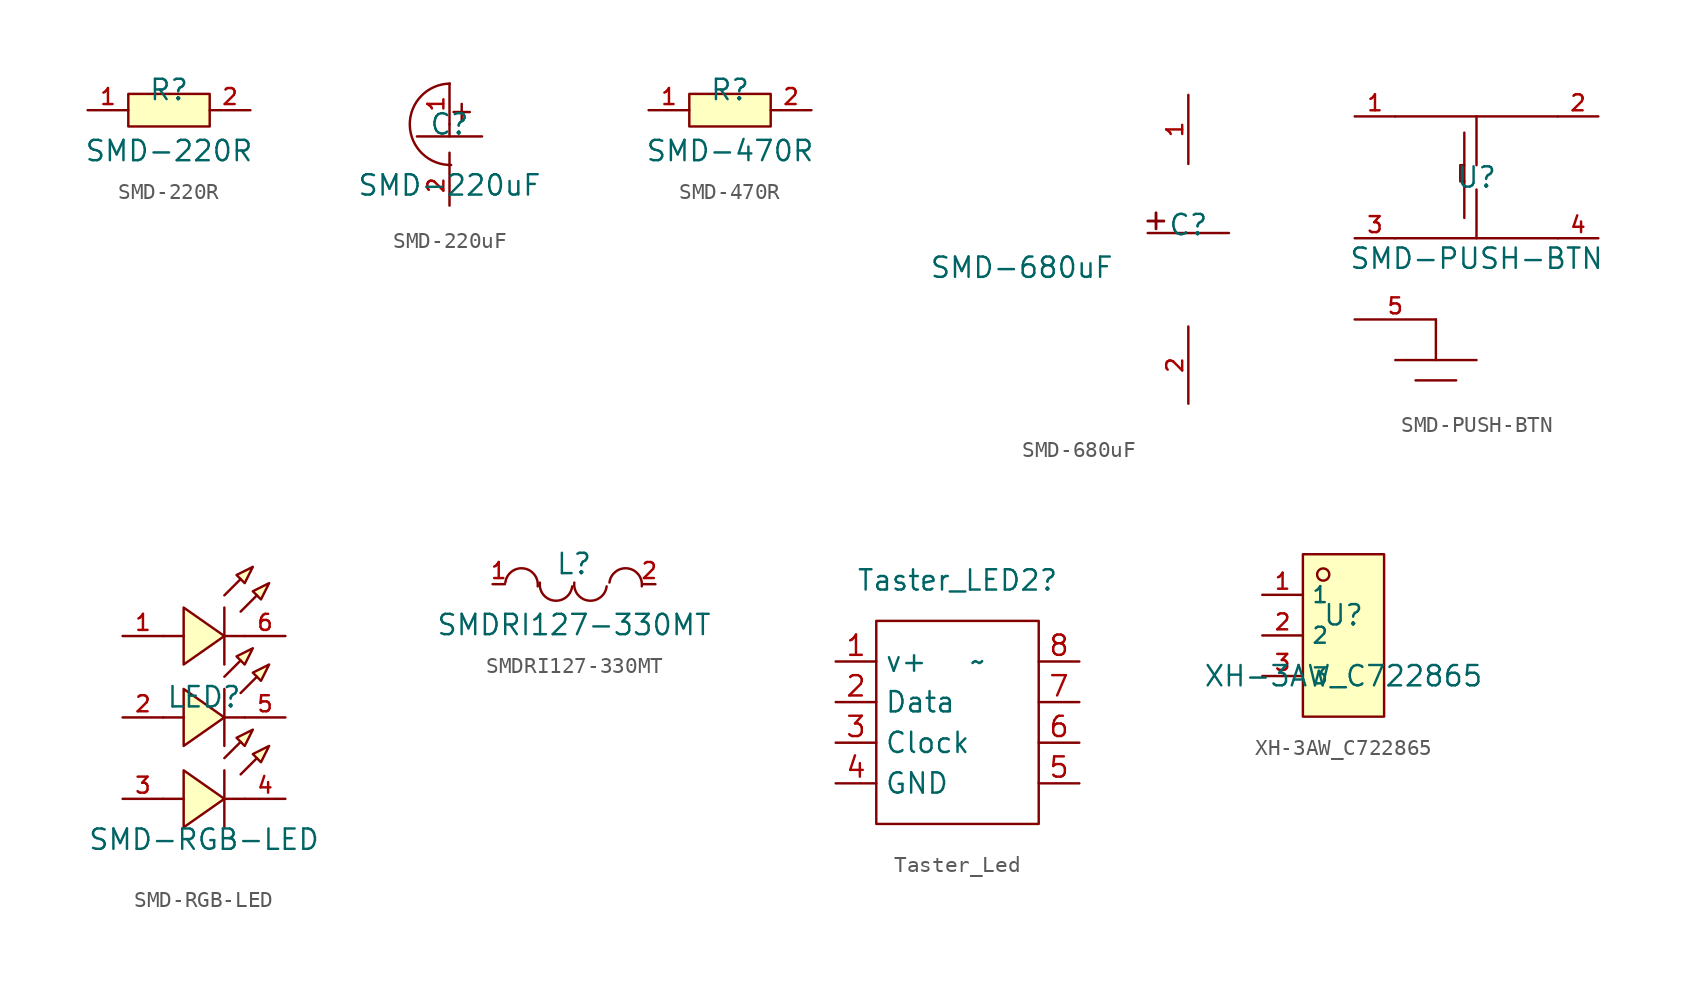
<source format=kicad_sym>
(kicad_symbol_lib
  (version 20231120)
  (generator "kicad_symbol_editor")
  (generator_version "8.0")
  (symbol "SMD-220R"
    (pin_names hide)
    (property "Reference" "R"
      (at 0 1.27 0)
      (effects (font (size 1.27 1.27))))
    (property "Value" "SMD-220R"
      (at 0 -2.54 0)
      (effects (font (size 1.27 1.27))))
    (symbol "SMD-220R_0_1"
      (rectangle (start -2.54 1.016) (end 2.54 -1.016) (stroke (width 0) (type default)) (fill (type background)))
      (pin unspecified line (at -5.08 0 0) (length 2.54) (name "1" (effects (font (size 1 1)))) (number "1" (effects (font (size 1 1)))))
      (pin unspecified line (at 5.08 0 180) (length 2.54) (name "2" (effects (font (size 1 1)))) (number "2" (effects (font (size 1 1)))))))
  (symbol "SMD-220uF"
    (pin_names hide)
    (property "Reference" "C"
      (at 0 1.27 0)
      (effects (font (size 1.27 1.27))))
    (property "Value" "SMD-220uF"
      (at 0 -2.54 0)
      (effects (font (size 1.27 1.27))))
    (symbol "SMD-220uF_0_1"
      (polyline (pts (xy 0 -0.508) (xy 0 -1.27)) (stroke (width 0) (type default)) (fill (type none)))
      (polyline (pts (xy 0 1.27) (xy 0 0.508)) (stroke (width 0) (type default)) (fill (type none)))
      (polyline (pts (xy 0.762 2.54) (xy 0.762 1.524)) (stroke (width 0) (type default)) (fill (type none)))
      (polyline (pts (xy 1.27 2.032) (xy 0.254 2.032)) (stroke (width 0) (type default)) (fill (type none)))
      (polyline (pts (xy 2.032 0.508) (xy -2.032 0.508)) (stroke (width 0) (type default)) (fill (type none)))
      (arc (start 0.0208 3.8059) (mid -2.4787 1.226) (end 0.1011 -1.2735) (stroke (width 0) (type default)) (fill (type none)))
      (pin input line (at 0 3.81 270) (length 2.54) (name "1" (effects (font (size 1 1)))) (number "1" (effects (font (size 1 1)))))
      (pin input line (at 0 -3.81 90) (length 2.54) (name "2" (effects (font (size 1 1)))) (number "2" (effects (font (size 1 1)))))))
  (symbol "SMD-470R"
    (pin_names hide)
    (property "Reference" "R"
      (at 0 1.27 0)
      (effects (font (size 1.27 1.27))))
    (property "Value" "SMD-470R"
      (at 0 -2.54 0)
      (effects (font (size 1.27 1.27))))
    (symbol "SMD-470R_0_1"
      (rectangle (start -2.54 1.016) (end 2.54 -1.016) (stroke (width 0) (type default)) (fill (type background))))
    (symbol "SMD-470R_1_1"
      (pin unspecified line (at -5.08 0 0) (length 2.54) (name "1" (effects (font (size 1 1)))) (number "1" (effects (font (size 1 1)))))
      (pin unspecified line (at 5.08 0 180) (length 2.54) (name "2" (effects (font (size 1 1)))) (number "2" (effects (font (size 1 1)))))))
  (symbol "SMD-680uF"
    (pin_names hide)
    (property "Reference" "C"
      (at 0 1.27 0)
      (effects (font (size 1.27 1.27))))
    (property "Value" "SMD-680uF"
      (at -10.414 -1.397 0)
      (effects (font (size 1.27 1.27))))
    (symbol "SMD-680uF_0_1"
      (rectangle (start -2.54 1.524) (end -1.524 1.499) (stroke (width 0) (type default)) (fill (type background)))
      (rectangle (start -2.032 2.032) (end -2.007 1.016) (stroke (width 0) (type default)) (fill (type background)))
      (polyline (pts (xy -2.54 0.762) (xy 2.54 0.762)) (stroke (width 0) (type default)) (fill (type none)))
      (pin unspecified line (at 0 5.08 90) (length 4.318) (name "1" (effects (font (size 1 1)))) (number "1" (effects (font (size 1 1)))))
      (pin unspecified line (at 0 -5.08 270) (length 4.826) (name "2" (effects (font (size 1 1)))) (number "2" (effects (font (size 1 1)))))))
  (symbol "SMD-PUSH-BTN"
    (pin_names hide)
    (property "Reference" "U"
      (at 0 1.27 0)
      (effects (font (size 1.27 1.27))))
    (property "Value" "SMD-PUSH-BTN"
      (at 0 -3.81 0)
      (effects (font (size 1.27 1.27))))
    (symbol "SMD-PUSH-BTN_0_1"
      (polyline (pts (xy -5.08 -2.54) (xy 5.08 -2.54)) (stroke (width 0) (type default)) (fill (type none)))
      (polyline (pts (xy -5.08 5.08) (xy 5.08 5.08)) (stroke (width 0) (type default)) (fill (type none)))
      (polyline (pts (xy -2.54 -7.62) (xy -2.54 -10.16)) (stroke (width 0) (type default)) (fill (type none)))
      (polyline (pts (xy -1.27 -11.43) (xy -3.81 -11.43)) (stroke (width 0) (type default)) (fill (type none)))
      (polyline (pts (xy -0.762 -1.27) (xy -0.762 4.064)) (stroke (width 0) (type default)) (fill (type none)))
      (polyline (pts (xy 0 -10.16) (xy -5.08 -10.16)) (stroke (width 0) (type default)) (fill (type none)))
      (polyline (pts (xy 0 -2.54) (xy 0 0.508)) (stroke (width 0) (type default)) (fill (type none)))
      (polyline (pts (xy 0 2.032) (xy 0 5.08)) (stroke (width 0) (type default)) (fill (type none)))
      (polyline (pts (xy -0.762 1.016) (xy -1.016 1.016) (xy -1.016 2.032) (xy -0.762 2.032)) (stroke (width 0) (type default)) (fill (type none)))
      (pin unspecified line (at -7.62 5.08 0) (length 2.54) (name "1" (effects (font (size 1 1)))) (number "1" (effects (font (size 1 1)))))
      (pin unspecified line (at 7.62 5.08 180) (length 2.54) (name "2" (effects (font (size 1 1)))) (number "2" (effects (font (size 1 1)))))
      (pin unspecified line (at -7.62 -2.54 0) (length 2.54) (name "3" (effects (font (size 1 1)))) (number "3" (effects (font (size 1 1)))))
      (pin unspecified line (at 7.62 -2.54 180) (length 2.54) (name "4" (effects (font (size 1 1)))) (number "4" (effects (font (size 1 1)))))
      (pin unspecified line (at -7.62 -7.62 0) (length 5.08) (name "5" (effects (font (size 1 1)))) (number "5" (effects (font (size 1 1)))))))
  (symbol "SMD-RGB-LED"
    (pin_names hide)
    (property "Reference" "LED"
      (at 0 1.27 0)
      (effects (font (size 1.27 1.27))))
    (property "Value" "SMD-RGB-LED"
      (at 0 -7.62 0)
      (effects (font (size 1.27 1.27))))
    (symbol "SMD-RGB-LED_0_1"
      (polyline (pts (xy -2.54 -5.08) (xy -1.27 -5.08)) (stroke (width 0) (type default)) (fill (type none)))
      (polyline (pts (xy -2.54 0) (xy -1.27 0)) (stroke (width 0) (type default)) (fill (type none)))
      (polyline (pts (xy -2.54 5.08) (xy -1.27 5.08)) (stroke (width 0) (type default)) (fill (type none)))
      (polyline (pts (xy 1.27 -5.08) (xy 2.54 -5.08)) (stroke (width 0) (type default)) (fill (type none)))
      (polyline (pts (xy 1.27 -3.302) (xy 1.27 -6.858)) (stroke (width 0) (type default)) (fill (type none)))
      (polyline (pts (xy 1.27 -2.54) (xy 2.286 -1.524)) (stroke (width 0) (type default)) (fill (type none)))
      (polyline (pts (xy 1.27 0) (xy 2.54 0)) (stroke (width 0) (type default)) (fill (type none)))
      (polyline (pts (xy 1.27 1.778) (xy 1.27 -1.778)) (stroke (width 0) (type default)) (fill (type none)))
      (polyline (pts (xy 1.27 2.54) (xy 2.286 3.556)) (stroke (width 0) (type default)) (fill (type none)))
      (polyline (pts (xy 1.27 5.08) (xy 2.54 5.08)) (stroke (width 0) (type default)) (fill (type none)))
      (polyline (pts (xy 1.27 6.858) (xy 1.27 3.302)) (stroke (width 0) (type default)) (fill (type none)))
      (polyline (pts (xy 1.27 7.62) (xy 2.286 8.636)) (stroke (width 0) (type default)) (fill (type none)))
      (polyline (pts (xy 2.286 -3.556) (xy 3.302 -2.54)) (stroke (width 0) (type default)) (fill (type none)))
      (polyline (pts (xy 2.286 1.524) (xy 3.302 2.54)) (stroke (width 0) (type default)) (fill (type none)))
      (polyline (pts (xy 2.286 6.604) (xy 3.302 7.62)) (stroke (width 0) (type default)) (fill (type none)))
      (polyline (pts (xy -1.27 -3.302) (xy 1.27 -5.08) (xy -1.27 -6.858) (xy -1.27 -3.302)) (stroke (width 0) (type default)) (fill (type background)))
      (polyline (pts (xy -1.27 1.778) (xy 1.27 0) (xy -1.27 -1.778) (xy -1.27 1.778)) (stroke (width 0) (type default)) (fill (type background)))
      (polyline (pts (xy -1.27 6.858) (xy 1.27 5.08) (xy -1.27 3.302) (xy -1.27 6.858)) (stroke (width 0) (type default)) (fill (type background)))
      (polyline (pts (xy 3.048 -0.762) (xy 2.032 -1.27) (xy 2.54 -1.778) (xy 3.048 -0.762)) (stroke (width 0) (type default)) (fill (type background)))
      (polyline (pts (xy 3.048 4.318) (xy 2.032 3.81) (xy 2.54 3.302) (xy 3.048 4.318)) (stroke (width 0) (type default)) (fill (type background)))
      (polyline (pts (xy 3.048 9.398) (xy 2.032 8.89) (xy 2.54 8.382) (xy 3.048 9.398)) (stroke (width 0) (type default)) (fill (type background)))
      (polyline (pts (xy 4.064 -1.778) (xy 3.048 -2.286) (xy 3.556 -2.794) (xy 4.064 -1.778)) (stroke (width 0) (type default)) (fill (type background)))
      (polyline (pts (xy 4.064 3.302) (xy 3.048 2.794) (xy 3.556 2.286) (xy 4.064 3.302)) (stroke (width 0) (type default)) (fill (type background)))
      (polyline (pts (xy 4.064 8.382) (xy 3.048 7.874) (xy 3.556 7.366) (xy 4.064 8.382)) (stroke (width 0) (type default)) (fill (type background)))
      (pin unspecified line (at -5.08 5.08 0) (length 2.54) (name "+" (effects (font (size 1 1)))) (number "1" (effects (font (size 1 1)))))
      (pin unspecified line (at -5.08 0 0) (length 2.54) (name "+" (effects (font (size 1 1)))) (number "2" (effects (font (size 1 1)))))
      (pin unspecified line (at -5.08 -5.08 0) (length 2.54) (name "+" (effects (font (size 1 1)))) (number "3" (effects (font (size 1 1)))))
      (pin unspecified line (at 5.08 -5.08 180) (length 2.54) (name "-" (effects (font (size 1 1)))) (number "4" (effects (font (size 1 1)))))
      (pin unspecified line (at 5.08 0 180) (length 2.54) (name "-" (effects (font (size 1 1)))) (number "5" (effects (font (size 1 1)))))
      (pin unspecified line (at 5.08 5.08 180) (length 2.54) (name "-" (effects (font (size 1 1)))) (number "6" (effects (font (size 1 1)))))))
  (symbol "SMDRI127-330MT"
    (pin_names hide)
    (property "Reference" "L"
      (at 0 1.27 0)
      (effects (font (size 1.27 1.27))))
    (property "Value" "SMDRI127-330MT"
      (at 0 -2.54 0)
      (effects (font (size 1.27 1.27))))
    (symbol "SMDRI127-330MT_0_1"
      (arc (start -2.2674 -0.1341) (mid -3.1595 0.9883) (end -4.2858 0.1011) (stroke (width 0) (type default)) (fill (type none)))
      (arc (start -2.1318 0.1001) (mid -1.2406 -1.0269) (end -0.1135 -0.1357) (stroke (width 0) (type default)) (fill (type none)))
      (arc (start 0.0196 0.1001) (mid 0.9107 -1.0268) (end 2.0378 -0.1357) (stroke (width 0) (type default)) (fill (type none)))
      (arc (start 4.2312 -0.1341) (mid 3.3391 0.9883) (end 2.2128 0.1011) (stroke (width 0) (type default)) (fill (type none)))
      (pin unspecified line (at -5.08 0 0) (length 0.762) (name "1" (effects (font (size 1 1)))) (number "1" (effects (font (size 1 1)))))
      (pin unspecified line (at 5.08 0 180) (length 0.762) (name "2" (effects (font (size 1 1)))) (number "2" (effects (font (size 1 1)))))))
  (symbol "Taster_Led"
    (property "Reference" "Taster_LED2"
      (at -1.27 5.08 0)
      (effects (font (size 1.27 1.27))))
    (property "Value" "~"
      (at 0 0 0)
      (effects (font (size 1.27 1.27))))
    (symbol "Taster_Led_0_1"
      (rectangle (start -6.35 2.54) (end 3.81 -10.16) (stroke (width 0) (type default)) (fill (type none))))
    (symbol "Taster_Led_1_1"
      (pin power_in line (at -8.89 0 0) (length 2.54) (name "v+" (effects (font (size 1.27 1.27)))) (number "1" (effects (font (size 1.27 1.27)))))
      (pin unspecified line (at -8.89 -2.54 0) (length 2.54) (name "Data" (effects (font (size 1.27 1.27)))) (number "2" (effects (font (size 1.27 1.27)))))
      (pin unspecified line (at -8.89 -5.08 0) (length 2.54) (name "Clock" (effects (font (size 1.27 1.27)))) (number "3" (effects (font (size 1.27 1.27)))))
      (pin power_in line (at -8.89 -7.62 0) (length 2.54) (name "GND" (effects (font (size 1.27 1.27)))) (number "4" (effects (font (size 1.27 1.27)))))
      (pin power_in line (at 6.35 -7.62 180) (length 2.54) (name "" (effects (font (size 1.27 1.27)))) (number "5" (effects (font (size 1.27 1.27)))))
      (pin unspecified line (at 6.35 -5.08 180) (length 2.54) (name "" (effects (font (size 1.27 1.27)))) (number "6" (effects (font (size 1.27 1.27)))))
      (pin unspecified line (at 6.35 -2.54 180) (length 2.54) (name "" (effects (font (size 1.27 1.27)))) (number "7" (effects (font (size 1.27 1.27)))))
      (pin power_in line (at 6.35 0 180) (length 2.54) (name "" (effects (font (size 1.27 1.27)))) (number "8" (effects (font (size 1.27 1.27)))))))
  (symbol "XH-3AW_C722865"
    (property "Reference" "U"
      (at 0 1.27 0)
      (effects (font (size 1.27 1.27))))
    (property "Value" "XH-3AW_C722865"
      (at 0 -2.54 0)
      (effects (font (size 1.27 1.27))))
    (symbol "XH-3AW_C722865_0_1"
      (rectangle (start -2.54 5.08) (end 2.54 -5.08) (stroke (width 0) (type default)) (fill (type background)))
      (circle (center -1.27 3.81) (radius 0.381) (stroke (width 0) (type default)) (fill (type background)))
      (pin unspecified line (at -5.08 2.54 0) (length 2.54) (name "1" (effects (font (size 1 1)))) (number "1" (effects (font (size 1 1)))))
      (pin unspecified line (at -5.08 0 0) (length 2.54) (name "2" (effects (font (size 1 1)))) (number "2" (effects (font (size 1 1)))))
      (pin unspecified line (at -5.08 -2.54 0) (length 2.54) (name "3" (effects (font (size 1 1)))) (number "3" (effects (font (size 1 1))))))))
</source>
